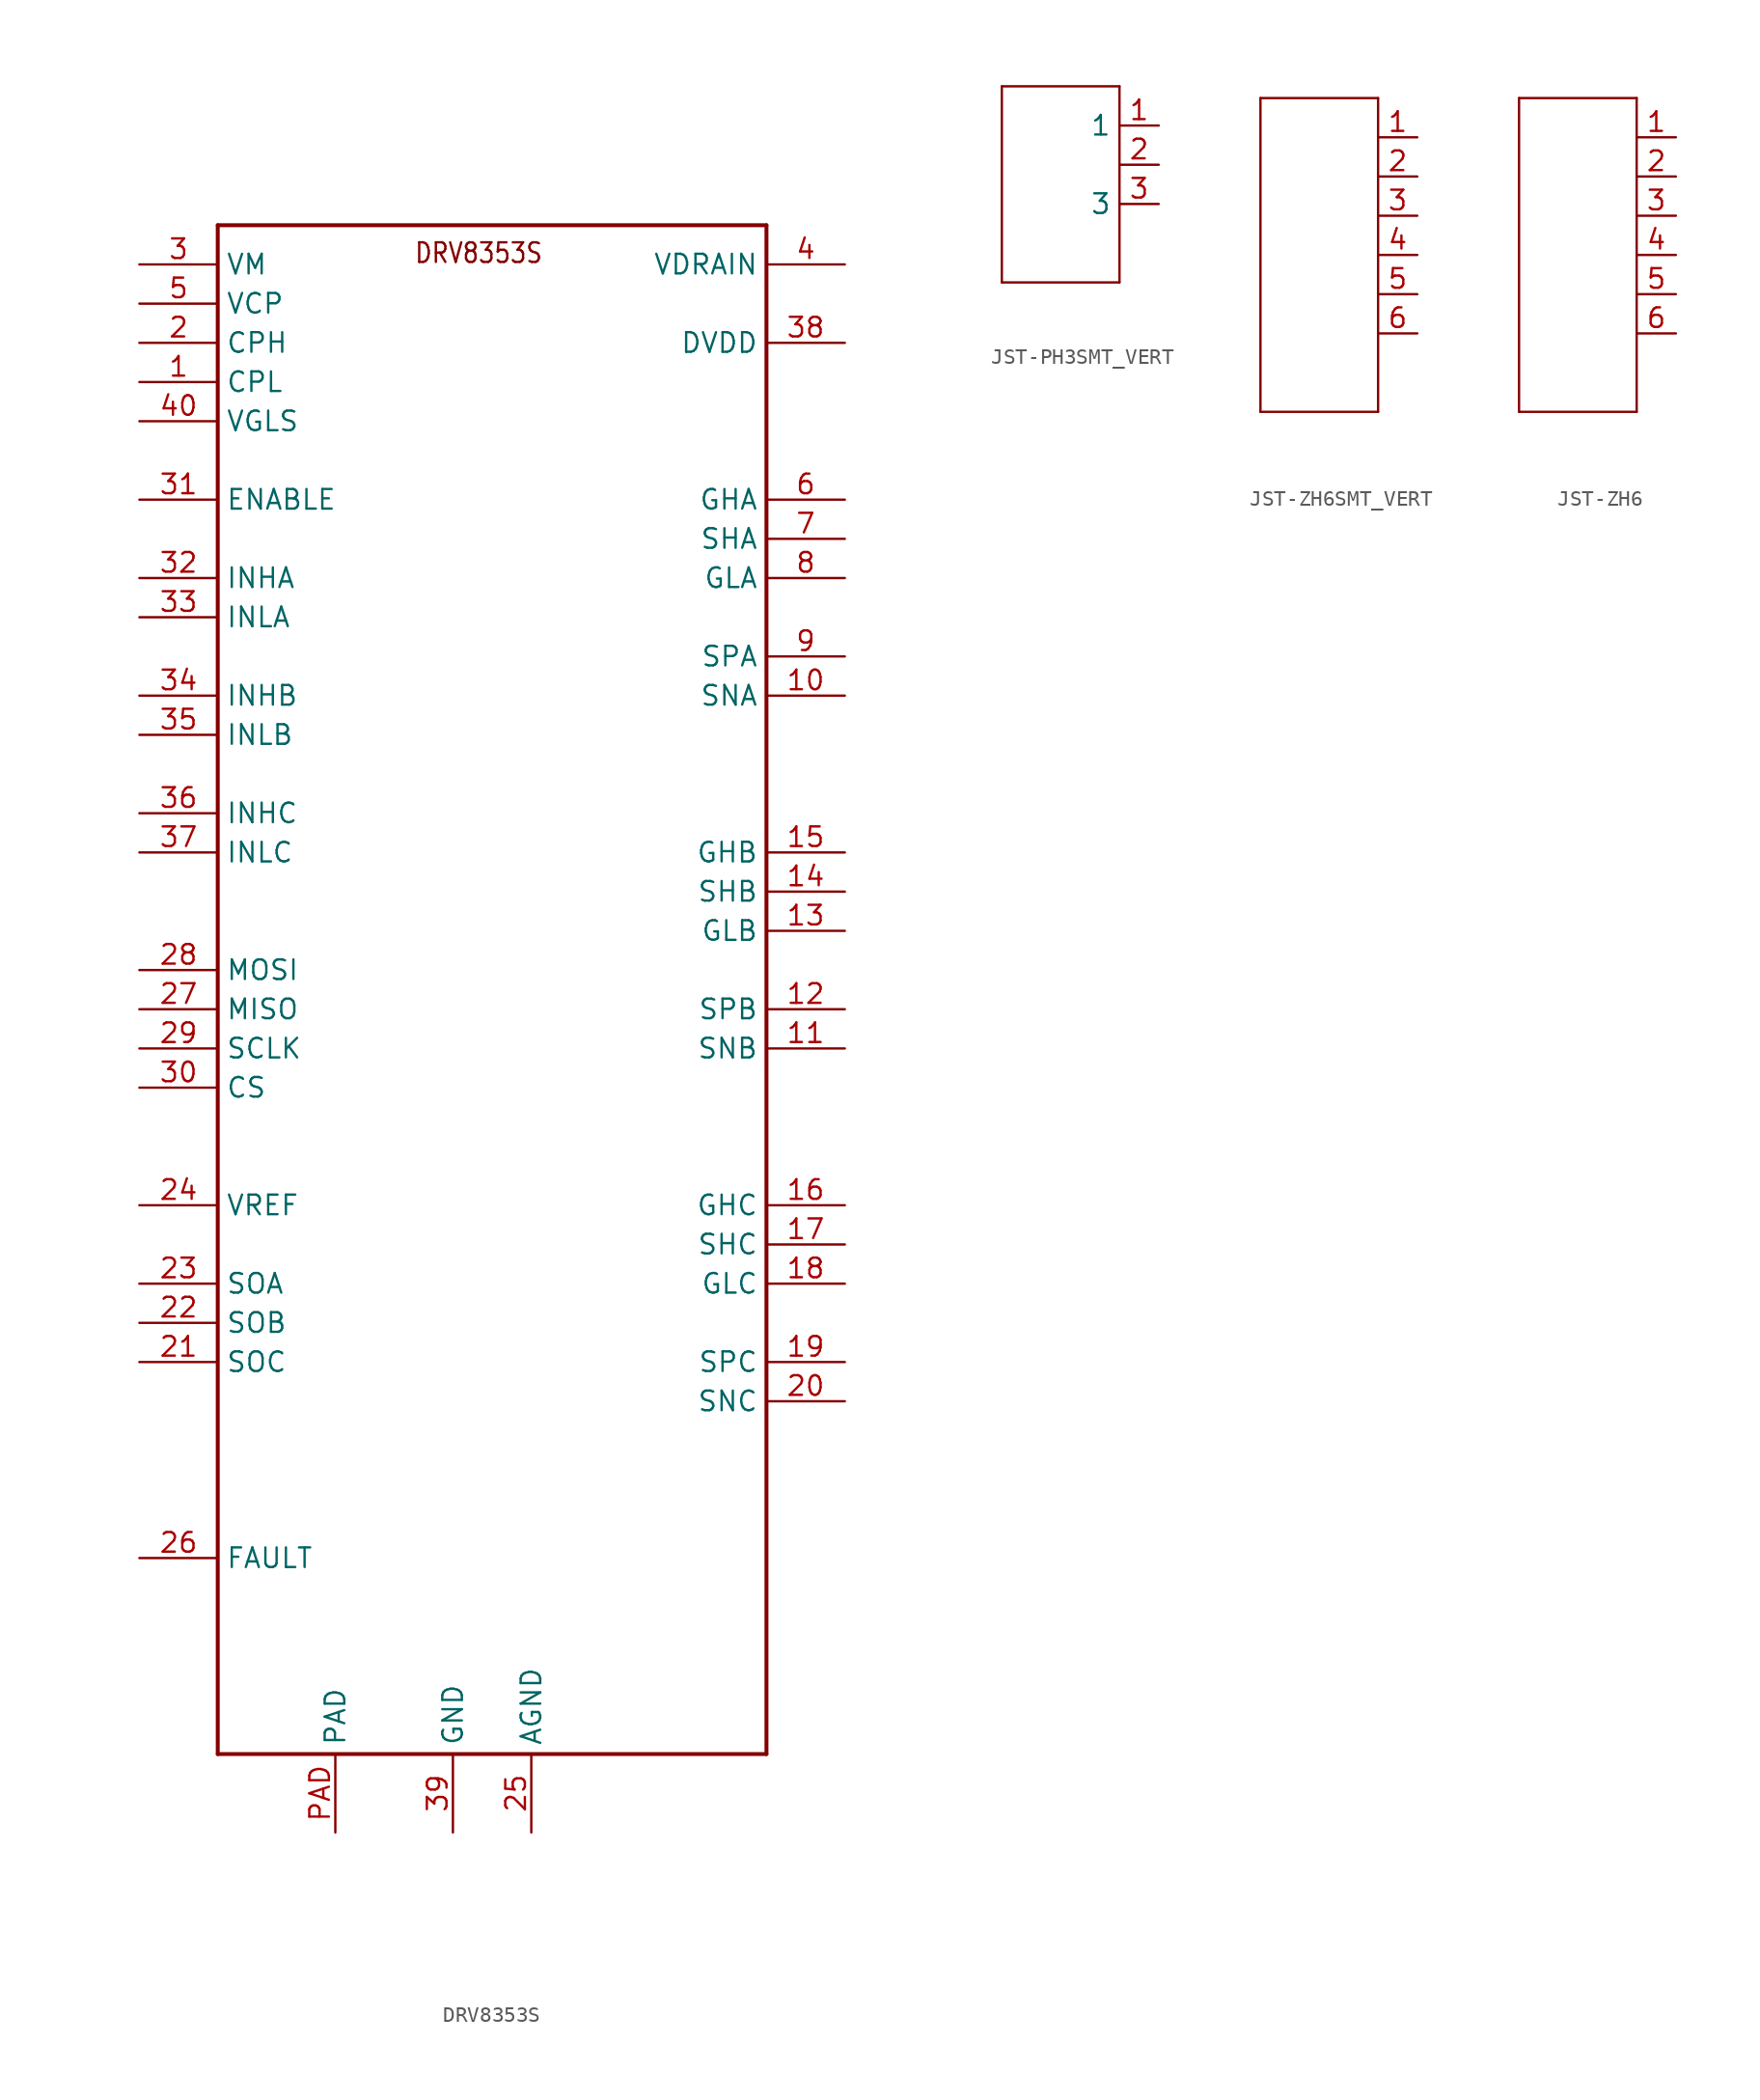
<source format=kicad_sym>
(kicad_symbol_lib
  (version 20231120)
  (generator "kicad_symbol_editor")
  (generator_version "8.0")
  (symbol "DRV8353S"
    (property "Reference" ""
      (at -15.24 53.34 0)
      (effects (font (size 1.27 1.079)) (justify left bottom) (hide yes)))
    (property "ki_locked" ""
      (at 0 0 0)
      (effects (font (size 1.27 1.27))))
    (symbol "DRV8353S_1_0"
      (polyline (pts (xy -17.78 -48.26) (xy 17.78 -48.26)) (stroke (width 0.254) (type solid)) (fill (type none)))
      (polyline (pts (xy -17.78 50.8) (xy -17.78 -48.26)) (stroke (width 0.254) (type solid)) (fill (type none)))
      (polyline (pts (xy 17.78 -48.26) (xy 17.78 50.8)) (stroke (width 0.254) (type solid)) (fill (type none)))
      (polyline (pts (xy 17.78 50.8) (xy -17.78 50.8)) (stroke (width 0.254) (type solid)) (fill (type none)))
      (text "DRV8353S" (at -5.08 48.26 0) (effects (font (size 1.27 1.079)) (justify left bottom)))
      (pin bidirectional line (at -22.86 40.64 0) (length 5.08) (name "CPL" (effects (font (size 1.27 1.27)))) (number "1" (effects (font (size 1.27 1.27)))))
      (pin bidirectional line (at 22.86 20.32 180) (length 5.08) (name "SNA" (effects (font (size 1.27 1.27)))) (number "10" (effects (font (size 1.27 1.27)))))
      (pin bidirectional line (at 22.86 -2.54 180) (length 5.08) (name "SNB" (effects (font (size 1.27 1.27)))) (number "11" (effects (font (size 1.27 1.27)))))
      (pin bidirectional line (at 22.86 0 180) (length 5.08) (name "SPB" (effects (font (size 1.27 1.27)))) (number "12" (effects (font (size 1.27 1.27)))))
      (pin bidirectional line (at 22.86 5.08 180) (length 5.08) (name "GLB" (effects (font (size 1.27 1.27)))) (number "13" (effects (font (size 1.27 1.27)))))
      (pin bidirectional line (at 22.86 7.62 180) (length 5.08) (name "SHB" (effects (font (size 1.27 1.27)))) (number "14" (effects (font (size 1.27 1.27)))))
      (pin bidirectional line (at 22.86 10.16 180) (length 5.08) (name "GHB" (effects (font (size 1.27 1.27)))) (number "15" (effects (font (size 1.27 1.27)))))
      (pin bidirectional line (at 22.86 -12.7 180) (length 5.08) (name "GHC" (effects (font (size 1.27 1.27)))) (number "16" (effects (font (size 1.27 1.27)))))
      (pin bidirectional line (at 22.86 -15.24 180) (length 5.08) (name "SHC" (effects (font (size 1.27 1.27)))) (number "17" (effects (font (size 1.27 1.27)))))
      (pin bidirectional line (at 22.86 -17.78 180) (length 5.08) (name "GLC" (effects (font (size 1.27 1.27)))) (number "18" (effects (font (size 1.27 1.27)))))
      (pin bidirectional line (at 22.86 -22.86 180) (length 5.08) (name "SPC" (effects (font (size 1.27 1.27)))) (number "19" (effects (font (size 1.27 1.27)))))
      (pin bidirectional line (at -22.86 43.18 0) (length 5.08) (name "CPH" (effects (font (size 1.27 1.27)))) (number "2" (effects (font (size 1.27 1.27)))))
      (pin bidirectional line (at 22.86 -25.4 180) (length 5.08) (name "SNC" (effects (font (size 1.27 1.27)))) (number "20" (effects (font (size 1.27 1.27)))))
      (pin bidirectional line (at -22.86 -22.86 0) (length 5.08) (name "SOC" (effects (font (size 1.27 1.27)))) (number "21" (effects (font (size 1.27 1.27)))))
      (pin bidirectional line (at -22.86 -20.32 0) (length 5.08) (name "SOB" (effects (font (size 1.27 1.27)))) (number "22" (effects (font (size 1.27 1.27)))))
      (pin bidirectional line (at -22.86 -17.78 0) (length 5.08) (name "SOA" (effects (font (size 1.27 1.27)))) (number "23" (effects (font (size 1.27 1.27)))))
      (pin bidirectional line (at -22.86 -12.7 0) (length 5.08) (name "VREF" (effects (font (size 1.27 1.27)))) (number "24" (effects (font (size 1.27 1.27)))))
      (pin bidirectional line (at 2.54 -53.34 90) (length 5.08) (name "AGND" (effects (font (size 1.27 1.27)))) (number "25" (effects (font (size 1.27 1.27)))))
      (pin bidirectional line (at -22.86 -35.56 0) (length 5.08) (name "FAULT" (effects (font (size 1.27 1.27)))) (number "26" (effects (font (size 1.27 1.27)))))
      (pin bidirectional line (at -22.86 0 0) (length 5.08) (name "MISO" (effects (font (size 1.27 1.27)))) (number "27" (effects (font (size 1.27 1.27)))))
      (pin bidirectional line (at -22.86 2.54 0) (length 5.08) (name "MOSI" (effects (font (size 1.27 1.27)))) (number "28" (effects (font (size 1.27 1.27)))))
      (pin bidirectional line (at -22.86 -2.54 0) (length 5.08) (name "SCLK" (effects (font (size 1.27 1.27)))) (number "29" (effects (font (size 1.27 1.27)))))
      (pin bidirectional line (at -22.86 48.26 0) (length 5.08) (name "VM" (effects (font (size 1.27 1.27)))) (number "3" (effects (font (size 1.27 1.27)))))
      (pin bidirectional line (at -22.86 -5.08 0) (length 5.08) (name "CS" (effects (font (size 1.27 1.27)))) (number "30" (effects (font (size 1.27 1.27)))))
      (pin bidirectional line (at -22.86 33.02 0) (length 5.08) (name "ENABLE" (effects (font (size 1.27 1.27)))) (number "31" (effects (font (size 1.27 1.27)))))
      (pin bidirectional line (at -22.86 27.94 0) (length 5.08) (name "INHA" (effects (font (size 1.27 1.27)))) (number "32" (effects (font (size 1.27 1.27)))))
      (pin bidirectional line (at -22.86 25.4 0) (length 5.08) (name "INLA" (effects (font (size 1.27 1.27)))) (number "33" (effects (font (size 1.27 1.27)))))
      (pin bidirectional line (at -22.86 20.32 0) (length 5.08) (name "INHB" (effects (font (size 1.27 1.27)))) (number "34" (effects (font (size 1.27 1.27)))))
      (pin bidirectional line (at -22.86 17.78 0) (length 5.08) (name "INLB" (effects (font (size 1.27 1.27)))) (number "35" (effects (font (size 1.27 1.27)))))
      (pin bidirectional line (at -22.86 12.7 0) (length 5.08) (name "INHC" (effects (font (size 1.27 1.27)))) (number "36" (effects (font (size 1.27 1.27)))))
      (pin bidirectional line (at -22.86 10.16 0) (length 5.08) (name "INLC" (effects (font (size 1.27 1.27)))) (number "37" (effects (font (size 1.27 1.27)))))
      (pin bidirectional line (at 22.86 43.18 180) (length 5.08) (name "DVDD" (effects (font (size 1.27 1.27)))) (number "38" (effects (font (size 1.27 1.27)))))
      (pin bidirectional line (at -2.54 -53.34 90) (length 5.08) (name "GND" (effects (font (size 1.27 1.27)))) (number "39" (effects (font (size 1.27 1.27)))))
      (pin bidirectional line (at 22.86 48.26 180) (length 5.08) (name "VDRAIN" (effects (font (size 1.27 1.27)))) (number "4" (effects (font (size 1.27 1.27)))))
      (pin bidirectional line (at -22.86 38.1 0) (length 5.08) (name "VGLS" (effects (font (size 1.27 1.27)))) (number "40" (effects (font (size 1.27 1.27)))))
      (pin bidirectional line (at -22.86 45.72 0) (length 5.08) (name "VCP" (effects (font (size 1.27 1.27)))) (number "5" (effects (font (size 1.27 1.27)))))
      (pin bidirectional line (at 22.86 33.02 180) (length 5.08) (name "GHA" (effects (font (size 1.27 1.27)))) (number "6" (effects (font (size 1.27 1.27)))))
      (pin bidirectional line (at 22.86 30.48 180) (length 5.08) (name "SHA" (effects (font (size 1.27 1.27)))) (number "7" (effects (font (size 1.27 1.27)))))
      (pin bidirectional line (at 22.86 27.94 180) (length 5.08) (name "GLA" (effects (font (size 1.27 1.27)))) (number "8" (effects (font (size 1.27 1.27)))))
      (pin bidirectional line (at 22.86 22.86 180) (length 5.08) (name "SPA" (effects (font (size 1.27 1.27)))) (number "9" (effects (font (size 1.27 1.27)))))
      (pin bidirectional line (at -10.16 -53.34 90) (length 5.08) (name "PAD" (effects (font (size 1.27 1.27)))) (number "PAD" (effects (font (size 1.27 1.27)))))))
  (symbol "JST-PH3SMT_VERT"
    (property "Reference" ""
      (at -5.08 5.842 0)
      (effects (font (size 1.778 1.511)) (justify left bottom) (hide yes)))
    (property "Value" ""
      (at -5.08 -9.906 0)
      (effects (font (size 1.778 1.511)) (justify left bottom)))
    (property "ki_locked" ""
      (at 0 0 0)
      (effects (font (size 1.27 1.27))))
    (symbol "JST-PH3SMT_VERT_1_0"
      (polyline (pts (xy -5.08 -7.62) (xy 2.54 -7.62)) (stroke (width 0.152) (type solid)) (fill (type none)))
      (polyline (pts (xy -5.08 5.08) (xy -5.08 -7.62)) (stroke (width 0.152) (type solid)) (fill (type none)))
      (polyline (pts (xy 2.54 -7.62) (xy 2.54 5.08)) (stroke (width 0.152) (type solid)) (fill (type none)))
      (polyline (pts (xy 2.54 5.08) (xy -5.08 5.08)) (stroke (width 0.152) (type solid)) (fill (type none)))
      (pin passive line (at 5.08 2.54 180) (length 2.54) (name "1" (effects (font (size 1.27 1.27)))) (number "1" (effects (font (size 1.27 1.27)))))
      (pin passive line (at 5.08 0 180) (length 2.54) (name "2" (effects (font (size 0 0)))) (number "2" (effects (font (size 1.27 1.27)))))
      (pin passive line (at 5.08 -2.54 180) (length 2.54) (name "3" (effects (font (size 1.27 1.27)))) (number "3" (effects (font (size 1.27 1.27)))))))
  (symbol "JST-ZH6SMT_VERT"
    (property "Reference" ""
      (at -5.08 10.922 0)
      (effects (font (size 1.778 1.511)) (justify left bottom) (hide yes)))
    (property "Value" ""
      (at -5.08 -12.446 0)
      (effects (font (size 1.778 1.511)) (justify left bottom)))
    (property "ki_locked" ""
      (at 0 0 0)
      (effects (font (size 1.27 1.27))))
    (symbol "JST-ZH6SMT_VERT_1_0"
      (polyline (pts (xy -5.08 -10.16) (xy 2.54 -10.16)) (stroke (width 0.152) (type solid)) (fill (type none)))
      (polyline (pts (xy -5.08 10.16) (xy -5.08 -10.16)) (stroke (width 0.152) (type solid)) (fill (type none)))
      (polyline (pts (xy 2.54 -10.16) (xy 2.54 10.16)) (stroke (width 0.152) (type solid)) (fill (type none)))
      (polyline (pts (xy 2.54 10.16) (xy -5.08 10.16)) (stroke (width 0.152) (type solid)) (fill (type none)))
      (pin passive line (at 5.08 7.62 180) (length 2.54) (name "1" (effects (font (size 0 0)))) (number "1" (effects (font (size 1.27 1.27)))))
      (pin passive line (at 5.08 5.08 180) (length 2.54) (name "2" (effects (font (size 0 0)))) (number "2" (effects (font (size 1.27 1.27)))))
      (pin passive line (at 5.08 2.54 180) (length 2.54) (name "3" (effects (font (size 0 0)))) (number "3" (effects (font (size 1.27 1.27)))))
      (pin passive line (at 5.08 0 180) (length 2.54) (name "4" (effects (font (size 0 0)))) (number "4" (effects (font (size 1.27 1.27)))))
      (pin passive line (at 5.08 -2.54 180) (length 2.54) (name "5" (effects (font (size 0 0)))) (number "5" (effects (font (size 1.27 1.27)))))
      (pin passive line (at 5.08 -5.08 180) (length 2.54) (name "6" (effects (font (size 0 0)))) (number "6" (effects (font (size 1.27 1.27)))))))
  (symbol "JST-ZH6"
    (property "Reference" ""
      (at -5.08 10.922 0)
      (effects (font (size 1.778 1.511)) (justify left bottom) (hide yes)))
    (property "Value" ""
      (at -5.08 -12.446 0)
      (effects (font (size 1.778 1.511)) (justify left bottom)))
    (property "ki_locked" ""
      (at 0 0 0)
      (effects (font (size 1.27 1.27))))
    (symbol "JST-ZH6_1_0"
      (polyline (pts (xy -5.08 -10.16) (xy 2.54 -10.16)) (stroke (width 0.152) (type solid)) (fill (type none)))
      (polyline (pts (xy -5.08 10.16) (xy -5.08 -10.16)) (stroke (width 0.152) (type solid)) (fill (type none)))
      (polyline (pts (xy 2.54 -10.16) (xy 2.54 10.16)) (stroke (width 0.152) (type solid)) (fill (type none)))
      (polyline (pts (xy 2.54 10.16) (xy -5.08 10.16)) (stroke (width 0.152) (type solid)) (fill (type none)))
      (pin passive line (at 5.08 7.62 180) (length 2.54) (name "1" (effects (font (size 0 0)))) (number "1" (effects (font (size 1.27 1.27)))))
      (pin passive line (at 5.08 5.08 180) (length 2.54) (name "2" (effects (font (size 0 0)))) (number "2" (effects (font (size 1.27 1.27)))))
      (pin passive line (at 5.08 2.54 180) (length 2.54) (name "3" (effects (font (size 0 0)))) (number "3" (effects (font (size 1.27 1.27)))))
      (pin passive line (at 5.08 0 180) (length 2.54) (name "4" (effects (font (size 0 0)))) (number "4" (effects (font (size 1.27 1.27)))))
      (pin passive line (at 5.08 -2.54 180) (length 2.54) (name "5" (effects (font (size 0 0)))) (number "5" (effects (font (size 1.27 1.27)))))
      (pin passive line (at 5.08 -5.08 180) (length 2.54) (name "6" (effects (font (size 0 0)))) (number "6" (effects (font (size 1.27 1.27))))))))
</source>
